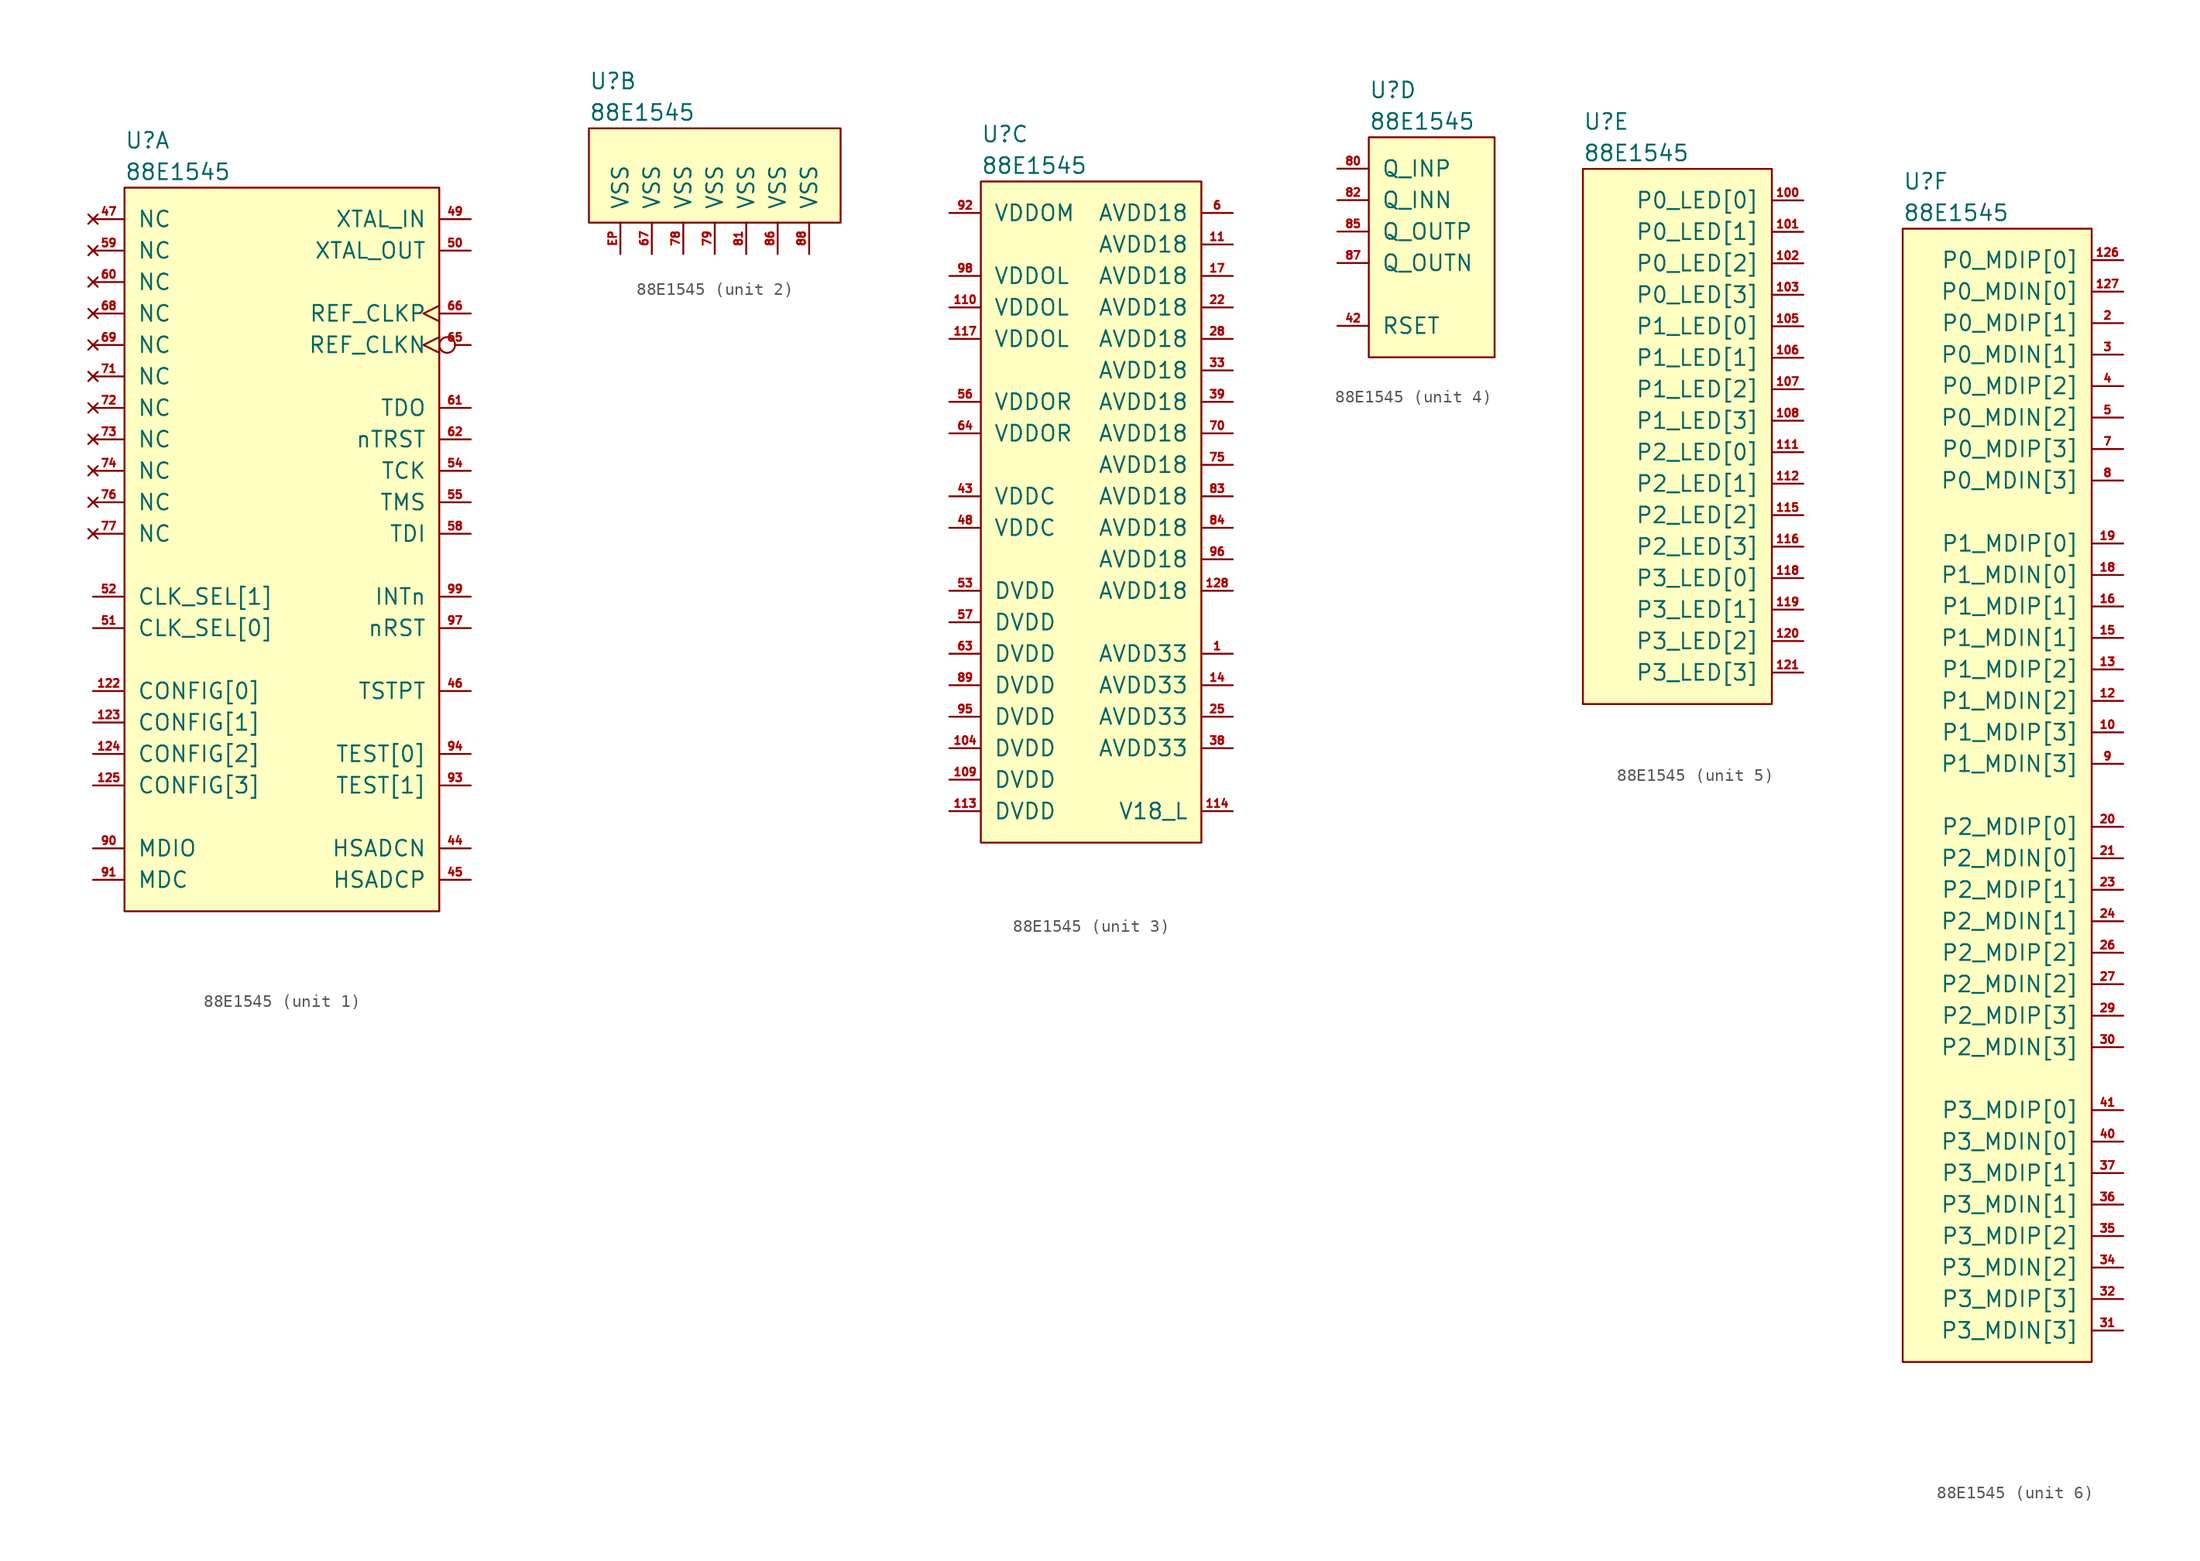
<source format=kicad_sym>
(kicad_symbol_lib
  (version 20211014)
  (generator kicad_symbol_editor)
  (symbol "88E1545"
    (pin_names
      (offset 1.016))
    (property "Reference" "U"
      (at 0 3.81 0)
      (effects (font (size 1.27 1.27)) (justify left)))
    (property "Value" "88E1545"
      (at 0 1.27 0)
      (effects (font (size 1.27 1.27)) (justify left)))
    (property "ki_locked" ""
      (at 0 0 0)
      (effects (font (size 1.27 1.27))))
    (symbol "88E1545_1_1"
      (rectangle (start 0 0) (end 25.4 -58.42) (stroke (width 0) (type default) (color 0 0 0 0)) (fill (type background)))
      (pin input line (at -2.54 -40.64 0) (length 2.54) (name "CONFIG[0]" (effects (font (size 1.27 1.27)))) (number "122" (effects (font (size 0.635 0.635)))))
      (pin input line (at -2.54 -43.18 0) (length 2.54) (name "CONFIG[1]" (effects (font (size 1.27 1.27)))) (number "123" (effects (font (size 0.635 0.635)))))
      (pin input line (at -2.54 -45.72 0) (length 2.54) (name "CONFIG[2]" (effects (font (size 1.27 1.27)))) (number "124" (effects (font (size 0.635 0.635)))))
      (pin input line (at -2.54 -48.26 0) (length 2.54) (name "CONFIG[3]" (effects (font (size 1.27 1.27)))) (number "125" (effects (font (size 0.635 0.635)))))
      (pin output line (at 27.94 -53.34 180) (length 2.54) (name "HSADCN" (effects (font (size 1.27 1.27)))) (number "44" (effects (font (size 0.635 0.635)))))
      (pin output line (at 27.94 -55.88 180) (length 2.54) (name "HSADCP" (effects (font (size 1.27 1.27)))) (number "45" (effects (font (size 0.635 0.635)))))
      (pin output line (at 27.94 -40.64 180) (length 2.54) (name "TSTPT" (effects (font (size 1.27 1.27)))) (number "46" (effects (font (size 0.635 0.635)))))
      (pin no_connect line (at -2.54 -2.54 0) (length 2.54) (name "NC" (effects (font (size 1.27 1.27)))) (number "47" (effects (font (size 0.635 0.635)))))
      (pin input line (at 27.94 -2.54 180) (length 2.54) (name "XTAL_IN" (effects (font (size 1.27 1.27)))) (number "49" (effects (font (size 0.635 0.635)))))
      (pin output line (at 27.94 -5.08 180) (length 2.54) (name "XTAL_OUT" (effects (font (size 1.27 1.27)))) (number "50" (effects (font (size 0.635 0.635)))))
      (pin input line (at -2.54 -35.56 0) (length 2.54) (name "CLK_SEL[0]" (effects (font (size 1.27 1.27)))) (number "51" (effects (font (size 0.635 0.635)))))
      (pin input line (at -2.54 -33.02 0) (length 2.54) (name "CLK_SEL[1]" (effects (font (size 1.27 1.27)))) (number "52" (effects (font (size 0.635 0.635)))))
      (pin input line (at 27.94 -22.86 180) (length 2.54) (name "TCK" (effects (font (size 1.27 1.27)))) (number "54" (effects (font (size 0.635 0.635)))))
      (pin input line (at 27.94 -25.4 180) (length 2.54) (name "TMS" (effects (font (size 1.27 1.27)))) (number "55" (effects (font (size 0.635 0.635)))))
      (pin input line (at 27.94 -27.94 180) (length 2.54) (name "TDI" (effects (font (size 1.27 1.27)))) (number "58" (effects (font (size 0.635 0.635)))))
      (pin no_connect line (at -2.54 -5.08 0) (length 2.54) (name "NC" (effects (font (size 1.27 1.27)))) (number "59" (effects (font (size 0.635 0.635)))))
      (pin no_connect line (at -2.54 -7.62 0) (length 2.54) (name "NC" (effects (font (size 1.27 1.27)))) (number "60" (effects (font (size 0.635 0.635)))))
      (pin output line (at 27.94 -17.78 180) (length 2.54) (name "TDO" (effects (font (size 1.27 1.27)))) (number "61" (effects (font (size 0.635 0.635)))))
      (pin input line (at 27.94 -20.32 180) (length 2.54) (name "nTRST" (effects (font (size 1.27 1.27)))) (number "62" (effects (font (size 0.635 0.635)))))
      (pin input inverted_clock (at 27.94 -12.7 180) (length 2.54) (name "REF_CLKN" (effects (font (size 1.27 1.27)))) (number "65" (effects (font (size 0.635 0.635)))))
      (pin input clock (at 27.94 -10.16 180) (length 2.54) (name "REF_CLKP" (effects (font (size 1.27 1.27)))) (number "66" (effects (font (size 0.635 0.635)))))
      (pin no_connect line (at -2.54 -10.16 0) (length 2.54) (name "NC" (effects (font (size 1.27 1.27)))) (number "68" (effects (font (size 0.635 0.635)))))
      (pin no_connect line (at -2.54 -12.7 0) (length 2.54) (name "NC" (effects (font (size 1.27 1.27)))) (number "69" (effects (font (size 0.635 0.635)))))
      (pin no_connect line (at -2.54 -15.24 0) (length 2.54) (name "NC" (effects (font (size 1.27 1.27)))) (number "71" (effects (font (size 0.635 0.635)))))
      (pin no_connect line (at -2.54 -17.78 0) (length 2.54) (name "NC" (effects (font (size 1.27 1.27)))) (number "72" (effects (font (size 0.635 0.635)))))
      (pin no_connect line (at -2.54 -20.32 0) (length 2.54) (name "NC" (effects (font (size 1.27 1.27)))) (number "73" (effects (font (size 0.635 0.635)))))
      (pin no_connect line (at -2.54 -22.86 0) (length 2.54) (name "NC" (effects (font (size 1.27 1.27)))) (number "74" (effects (font (size 0.635 0.635)))))
      (pin no_connect line (at -2.54 -25.4 0) (length 2.54) (name "NC" (effects (font (size 1.27 1.27)))) (number "76" (effects (font (size 0.635 0.635)))))
      (pin no_connect line (at -2.54 -27.94 0) (length 2.54) (name "NC" (effects (font (size 1.27 1.27)))) (number "77" (effects (font (size 0.635 0.635)))))
      (pin bidirectional line (at -2.54 -53.34 0) (length 2.54) (name "MDIO" (effects (font (size 1.27 1.27)))) (number "90" (effects (font (size 0.635 0.635)))))
      (pin input line (at -2.54 -55.88 0) (length 2.54) (name "MDC" (effects (font (size 1.27 1.27)))) (number "91" (effects (font (size 0.635 0.635)))))
      (pin input line (at 27.94 -48.26 180) (length 2.54) (name "TEST[1]" (effects (font (size 1.27 1.27)))) (number "93" (effects (font (size 0.635 0.635)))))
      (pin input line (at 27.94 -45.72 180) (length 2.54) (name "TEST[0]" (effects (font (size 1.27 1.27)))) (number "94" (effects (font (size 0.635 0.635)))))
      (pin input line (at 27.94 -35.56 180) (length 2.54) (name "nRST" (effects (font (size 1.27 1.27)))) (number "97" (effects (font (size 0.635 0.635)))))
      (pin output line (at 27.94 -33.02 180) (length 2.54) (name "INTn" (effects (font (size 1.27 1.27)))) (number "99" (effects (font (size 0.635 0.635))))))
    (symbol "88E1545_2_1"
      (rectangle (start 0 0) (end 20.32 -7.62) (stroke (width 0) (type default) (color 0 0 0 0)) (fill (type background)))
      (pin power_in line (at 5.08 -10.16 90) (length 2.54) (name "VSS" (effects (font (size 1.27 1.27)))) (number "67" (effects (font (size 0.635 0.635)))))
      (pin power_in line (at 7.62 -10.16 90) (length 2.54) (name "VSS" (effects (font (size 1.27 1.27)))) (number "78" (effects (font (size 0.635 0.635)))))
      (pin power_in line (at 10.16 -10.16 90) (length 2.54) (name "VSS" (effects (font (size 1.27 1.27)))) (number "79" (effects (font (size 0.635 0.635)))))
      (pin power_in line (at 12.7 -10.16 90) (length 2.54) (name "VSS" (effects (font (size 1.27 1.27)))) (number "81" (effects (font (size 0.635 0.635)))))
      (pin power_in line (at 15.24 -10.16 90) (length 2.54) (name "VSS" (effects (font (size 1.27 1.27)))) (number "86" (effects (font (size 0.635 0.635)))))
      (pin power_in line (at 17.78 -10.16 90) (length 2.54) (name "VSS" (effects (font (size 1.27 1.27)))) (number "88" (effects (font (size 0.635 0.635)))))
      (pin power_in line (at 2.54 -10.16 90) (length 2.54) (name "VSS" (effects (font (size 1.27 1.27)))) (number "EP" (effects (font (size 0.635 0.635))))))
    (symbol "88E1545_3_1"
      (rectangle (start 0 0) (end 17.78 -53.34) (stroke (width 0) (type default) (color 0 0 0 0)) (fill (type background)))
      (pin power_in line (at 20.32 -38.1 180) (length 2.54) (name "AVDD33" (effects (font (size 1.27 1.27)))) (number "1" (effects (font (size 0.635 0.635)))))
      (pin power_in line (at -2.54 -45.72 0) (length 2.54) (name "DVDD" (effects (font (size 1.27 1.27)))) (number "104" (effects (font (size 0.635 0.635)))))
      (pin power_in line (at -2.54 -48.26 0) (length 2.54) (name "DVDD" (effects (font (size 1.27 1.27)))) (number "109" (effects (font (size 0.635 0.635)))))
      (pin power_in line (at 20.32 -5.08 180) (length 2.54) (name "AVDD18" (effects (font (size 1.27 1.27)))) (number "11" (effects (font (size 0.635 0.635)))))
      (pin power_in line (at -2.54 -10.16 0) (length 2.54) (name "VDDOL" (effects (font (size 1.27 1.27)))) (number "110" (effects (font (size 0.635 0.635)))))
      (pin power_in line (at -2.54 -50.8 0) (length 2.54) (name "DVDD" (effects (font (size 1.27 1.27)))) (number "113" (effects (font (size 0.635 0.635)))))
      (pin input line (at 20.32 -50.8 180) (length 2.54) (name "V18_L" (effects (font (size 1.27 1.27)))) (number "114" (effects (font (size 0.635 0.635)))))
      (pin power_in line (at -2.54 -12.7 0) (length 2.54) (name "VDDOL" (effects (font (size 1.27 1.27)))) (number "117" (effects (font (size 0.635 0.635)))))
      (pin power_in line (at 20.32 -33.02 180) (length 2.54) (name "AVDD18" (effects (font (size 1.27 1.27)))) (number "128" (effects (font (size 0.635 0.635)))))
      (pin power_in line (at 20.32 -40.64 180) (length 2.54) (name "AVDD33" (effects (font (size 1.27 1.27)))) (number "14" (effects (font (size 0.635 0.635)))))
      (pin power_in line (at 20.32 -7.62 180) (length 2.54) (name "AVDD18" (effects (font (size 1.27 1.27)))) (number "17" (effects (font (size 0.635 0.635)))))
      (pin power_in line (at 20.32 -10.16 180) (length 2.54) (name "AVDD18" (effects (font (size 1.27 1.27)))) (number "22" (effects (font (size 0.635 0.635)))))
      (pin power_in line (at 20.32 -43.18 180) (length 2.54) (name "AVDD33" (effects (font (size 1.27 1.27)))) (number "25" (effects (font (size 0.635 0.635)))))
      (pin power_in line (at 20.32 -12.7 180) (length 2.54) (name "AVDD18" (effects (font (size 1.27 1.27)))) (number "28" (effects (font (size 0.635 0.635)))))
      (pin power_in line (at 20.32 -15.24 180) (length 2.54) (name "AVDD18" (effects (font (size 1.27 1.27)))) (number "33" (effects (font (size 0.635 0.635)))))
      (pin power_in line (at 20.32 -45.72 180) (length 2.54) (name "AVDD33" (effects (font (size 1.27 1.27)))) (number "38" (effects (font (size 0.635 0.635)))))
      (pin power_in line (at 20.32 -17.78 180) (length 2.54) (name "AVDD18" (effects (font (size 1.27 1.27)))) (number "39" (effects (font (size 0.635 0.635)))))
      (pin power_in line (at -2.54 -25.4 0) (length 2.54) (name "VDDC" (effects (font (size 1.27 1.27)))) (number "43" (effects (font (size 0.635 0.635)))))
      (pin power_in line (at -2.54 -27.94 0) (length 2.54) (name "VDDC" (effects (font (size 1.27 1.27)))) (number "48" (effects (font (size 0.635 0.635)))))
      (pin power_in line (at -2.54 -33.02 0) (length 2.54) (name "DVDD" (effects (font (size 1.27 1.27)))) (number "53" (effects (font (size 0.635 0.635)))))
      (pin power_in line (at -2.54 -17.78 0) (length 2.54) (name "VDDOR" (effects (font (size 1.27 1.27)))) (number "56" (effects (font (size 0.635 0.635)))))
      (pin power_in line (at -2.54 -35.56 0) (length 2.54) (name "DVDD" (effects (font (size 1.27 1.27)))) (number "57" (effects (font (size 0.635 0.635)))))
      (pin power_in line (at 20.32 -2.54 180) (length 2.54) (name "AVDD18" (effects (font (size 1.27 1.27)))) (number "6" (effects (font (size 0.635 0.635)))))
      (pin power_in line (at -2.54 -38.1 0) (length 2.54) (name "DVDD" (effects (font (size 1.27 1.27)))) (number "63" (effects (font (size 0.635 0.635)))))
      (pin power_in line (at -2.54 -20.32 0) (length 2.54) (name "VDDOR" (effects (font (size 1.27 1.27)))) (number "64" (effects (font (size 0.635 0.635)))))
      (pin power_in line (at 20.32 -20.32 180) (length 2.54) (name "AVDD18" (effects (font (size 1.27 1.27)))) (number "70" (effects (font (size 0.635 0.635)))))
      (pin power_in line (at 20.32 -22.86 180) (length 2.54) (name "AVDD18" (effects (font (size 1.27 1.27)))) (number "75" (effects (font (size 0.635 0.635)))))
      (pin power_in line (at 20.32 -25.4 180) (length 2.54) (name "AVDD18" (effects (font (size 1.27 1.27)))) (number "83" (effects (font (size 0.635 0.635)))))
      (pin power_in line (at 20.32 -27.94 180) (length 2.54) (name "AVDD18" (effects (font (size 1.27 1.27)))) (number "84" (effects (font (size 0.635 0.635)))))
      (pin power_in line (at -2.54 -40.64 0) (length 2.54) (name "DVDD" (effects (font (size 1.27 1.27)))) (number "89" (effects (font (size 0.635 0.635)))))
      (pin power_in line (at -2.54 -2.54 0) (length 2.54) (name "VDDOM" (effects (font (size 1.27 1.27)))) (number "92" (effects (font (size 0.635 0.635)))))
      (pin power_in line (at -2.54 -43.18 0) (length 2.54) (name "DVDD" (effects (font (size 1.27 1.27)))) (number "95" (effects (font (size 0.635 0.635)))))
      (pin power_in line (at 20.32 -30.48 180) (length 2.54) (name "AVDD18" (effects (font (size 1.27 1.27)))) (number "96" (effects (font (size 0.635 0.635)))))
      (pin power_in line (at -2.54 -7.62 0) (length 2.54) (name "VDDOL" (effects (font (size 1.27 1.27)))) (number "98" (effects (font (size 0.635 0.635))))))
    (symbol "88E1545_4_1"
      (rectangle (start 0 0) (end 10.16 -17.78) (stroke (width 0) (type default) (color 0 0 0 0)) (fill (type background)))
      (pin input line (at -2.54 -15.24 0) (length 2.54) (name "RSET" (effects (font (size 1.27 1.27)))) (number "42" (effects (font (size 0.635 0.635)))))
      (pin input line (at -2.54 -2.54 0) (length 2.54) (name "Q_INP" (effects (font (size 1.27 1.27)))) (number "80" (effects (font (size 0.635 0.635)))))
      (pin input line (at -2.54 -5.08 0) (length 2.54) (name "Q_INN" (effects (font (size 1.27 1.27)))) (number "82" (effects (font (size 0.635 0.635)))))
      (pin output line (at -2.54 -7.62 0) (length 2.54) (name "Q_OUTP" (effects (font (size 1.27 1.27)))) (number "85" (effects (font (size 0.635 0.635)))))
      (pin output line (at -2.54 -10.16 0) (length 2.54) (name "Q_OUTN" (effects (font (size 1.27 1.27)))) (number "87" (effects (font (size 0.635 0.635))))))
    (symbol "88E1545_5_1"
      (rectangle (start 0 0) (end 15.24 -43.18) (stroke (width 0) (type default) (color 0 0 0 0)) (fill (type background)))
      (pin output line (at 17.78 -2.54 180) (length 2.54) (name "P0_LED[0]" (effects (font (size 1.27 1.27)))) (number "100" (effects (font (size 0.635 0.635)))))
      (pin output line (at 17.78 -5.08 180) (length 2.54) (name "P0_LED[1]" (effects (font (size 1.27 1.27)))) (number "101" (effects (font (size 0.635 0.635)))))
      (pin output line (at 17.78 -7.62 180) (length 2.54) (name "P0_LED[2]" (effects (font (size 1.27 1.27)))) (number "102" (effects (font (size 0.635 0.635)))))
      (pin output line (at 17.78 -10.16 180) (length 2.54) (name "P0_LED[3]" (effects (font (size 1.27 1.27)))) (number "103" (effects (font (size 0.635 0.635)))))
      (pin output line (at 17.78 -12.7 180) (length 2.54) (name "P1_LED[0]" (effects (font (size 1.27 1.27)))) (number "105" (effects (font (size 0.635 0.635)))))
      (pin output line (at 17.78 -15.24 180) (length 2.54) (name "P1_LED[1]" (effects (font (size 1.27 1.27)))) (number "106" (effects (font (size 0.635 0.635)))))
      (pin output line (at 17.78 -17.78 180) (length 2.54) (name "P1_LED[2]" (effects (font (size 1.27 1.27)))) (number "107" (effects (font (size 0.635 0.635)))))
      (pin output line (at 17.78 -20.32 180) (length 2.54) (name "P1_LED[3]" (effects (font (size 1.27 1.27)))) (number "108" (effects (font (size 0.635 0.635)))))
      (pin output line (at 17.78 -22.86 180) (length 2.54) (name "P2_LED[0]" (effects (font (size 1.27 1.27)))) (number "111" (effects (font (size 0.635 0.635)))))
      (pin output line (at 17.78 -25.4 180) (length 2.54) (name "P2_LED[1]" (effects (font (size 1.27 1.27)))) (number "112" (effects (font (size 0.635 0.635)))))
      (pin output line (at 17.78 -27.94 180) (length 2.54) (name "P2_LED[2]" (effects (font (size 1.27 1.27)))) (number "115" (effects (font (size 0.635 0.635)))))
      (pin output line (at 17.78 -30.48 180) (length 2.54) (name "P2_LED[3]" (effects (font (size 1.27 1.27)))) (number "116" (effects (font (size 0.635 0.635)))))
      (pin output line (at 17.78 -33.02 180) (length 2.54) (name "P3_LED[0]" (effects (font (size 1.27 1.27)))) (number "118" (effects (font (size 0.635 0.635)))))
      (pin output line (at 17.78 -35.56 180) (length 2.54) (name "P3_LED[1]" (effects (font (size 1.27 1.27)))) (number "119" (effects (font (size 0.635 0.635)))))
      (pin output line (at 17.78 -38.1 180) (length 2.54) (name "P3_LED[2]" (effects (font (size 1.27 1.27)))) (number "120" (effects (font (size 0.635 0.635)))))
      (pin output line (at 17.78 -40.64 180) (length 2.54) (name "P3_LED[3]" (effects (font (size 1.27 1.27)))) (number "121" (effects (font (size 0.635 0.635))))))
    (symbol "88E1545_6_1"
      (rectangle (start 0 0) (end 15.24 -91.44) (stroke (width 0) (type default) (color 0 0 0 0)) (fill (type background)))
      (pin bidirectional line (at 17.78 -40.64 180) (length 2.54) (name "P1_MDIP[3]" (effects (font (size 1.27 1.27)))) (number "10" (effects (font (size 0.635 0.635)))))
      (pin bidirectional line (at 17.78 -38.1 180) (length 2.54) (name "P1_MDIN[2]" (effects (font (size 1.27 1.27)))) (number "12" (effects (font (size 0.635 0.635)))))
      (pin bidirectional line (at 17.78 -2.54 180) (length 2.54) (name "P0_MDIP[0]" (effects (font (size 1.27 1.27)))) (number "126" (effects (font (size 0.635 0.635)))))
      (pin bidirectional line (at 17.78 -5.08 180) (length 2.54) (name "P0_MDIN[0]" (effects (font (size 1.27 1.27)))) (number "127" (effects (font (size 0.635 0.635)))))
      (pin bidirectional line (at 17.78 -35.56 180) (length 2.54) (name "P1_MDIP[2]" (effects (font (size 1.27 1.27)))) (number "13" (effects (font (size 0.635 0.635)))))
      (pin bidirectional line (at 17.78 -33.02 180) (length 2.54) (name "P1_MDIN[1]" (effects (font (size 1.27 1.27)))) (number "15" (effects (font (size 0.635 0.635)))))
      (pin bidirectional line (at 17.78 -30.48 180) (length 2.54) (name "P1_MDIP[1]" (effects (font (size 1.27 1.27)))) (number "16" (effects (font (size 0.635 0.635)))))
      (pin bidirectional line (at 17.78 -27.94 180) (length 2.54) (name "P1_MDIN[0]" (effects (font (size 1.27 1.27)))) (number "18" (effects (font (size 0.635 0.635)))))
      (pin bidirectional line (at 17.78 -25.4 180) (length 2.54) (name "P1_MDIP[0]" (effects (font (size 1.27 1.27)))) (number "19" (effects (font (size 0.635 0.635)))))
      (pin bidirectional line (at 17.78 -7.62 180) (length 2.54) (name "P0_MDIP[1]" (effects (font (size 1.27 1.27)))) (number "2" (effects (font (size 0.635 0.635)))))
      (pin bidirectional line (at 17.78 -48.26 180) (length 2.54) (name "P2_MDIP[0]" (effects (font (size 1.27 1.27)))) (number "20" (effects (font (size 0.635 0.635)))))
      (pin bidirectional line (at 17.78 -50.8 180) (length 2.54) (name "P2_MDIN[0]" (effects (font (size 1.27 1.27)))) (number "21" (effects (font (size 0.635 0.635)))))
      (pin bidirectional line (at 17.78 -53.34 180) (length 2.54) (name "P2_MDIP[1]" (effects (font (size 1.27 1.27)))) (number "23" (effects (font (size 0.635 0.635)))))
      (pin bidirectional line (at 17.78 -55.88 180) (length 2.54) (name "P2_MDIN[1]" (effects (font (size 1.27 1.27)))) (number "24" (effects (font (size 0.635 0.635)))))
      (pin bidirectional line (at 17.78 -58.42 180) (length 2.54) (name "P2_MDIP[2]" (effects (font (size 1.27 1.27)))) (number "26" (effects (font (size 0.635 0.635)))))
      (pin bidirectional line (at 17.78 -60.96 180) (length 2.54) (name "P2_MDIN[2]" (effects (font (size 1.27 1.27)))) (number "27" (effects (font (size 0.635 0.635)))))
      (pin bidirectional line (at 17.78 -63.5 180) (length 2.54) (name "P2_MDIP[3]" (effects (font (size 1.27 1.27)))) (number "29" (effects (font (size 0.635 0.635)))))
      (pin bidirectional line (at 17.78 -10.16 180) (length 2.54) (name "P0_MDIN[1]" (effects (font (size 1.27 1.27)))) (number "3" (effects (font (size 0.635 0.635)))))
      (pin bidirectional line (at 17.78 -66.04 180) (length 2.54) (name "P2_MDIN[3]" (effects (font (size 1.27 1.27)))) (number "30" (effects (font (size 0.635 0.635)))))
      (pin bidirectional line (at 17.78 -88.9 180) (length 2.54) (name "P3_MDIN[3]" (effects (font (size 1.27 1.27)))) (number "31" (effects (font (size 0.635 0.635)))))
      (pin bidirectional line (at 17.78 -86.36 180) (length 2.54) (name "P3_MDIP[3]" (effects (font (size 1.27 1.27)))) (number "32" (effects (font (size 0.635 0.635)))))
      (pin bidirectional line (at 17.78 -83.82 180) (length 2.54) (name "P3_MDIN[2]" (effects (font (size 1.27 1.27)))) (number "34" (effects (font (size 0.635 0.635)))))
      (pin bidirectional line (at 17.78 -81.28 180) (length 2.54) (name "P3_MDIP[2]" (effects (font (size 1.27 1.27)))) (number "35" (effects (font (size 0.635 0.635)))))
      (pin bidirectional line (at 17.78 -78.74 180) (length 2.54) (name "P3_MDIN[1]" (effects (font (size 1.27 1.27)))) (number "36" (effects (font (size 0.635 0.635)))))
      (pin bidirectional line (at 17.78 -76.2 180) (length 2.54) (name "P3_MDIP[1]" (effects (font (size 1.27 1.27)))) (number "37" (effects (font (size 0.635 0.635)))))
      (pin bidirectional line (at 17.78 -12.7 180) (length 2.54) (name "P0_MDIP[2]" (effects (font (size 1.27 1.27)))) (number "4" (effects (font (size 0.635 0.635)))))
      (pin bidirectional line (at 17.78 -73.66 180) (length 2.54) (name "P3_MDIN[0]" (effects (font (size 1.27 1.27)))) (number "40" (effects (font (size 0.635 0.635)))))
      (pin bidirectional line (at 17.78 -71.12 180) (length 2.54) (name "P3_MDIP[0]" (effects (font (size 1.27 1.27)))) (number "41" (effects (font (size 0.635 0.635)))))
      (pin bidirectional line (at 17.78 -15.24 180) (length 2.54) (name "P0_MDIN[2]" (effects (font (size 1.27 1.27)))) (number "5" (effects (font (size 0.635 0.635)))))
      (pin bidirectional line (at 17.78 -17.78 180) (length 2.54) (name "P0_MDIP[3]" (effects (font (size 1.27 1.27)))) (number "7" (effects (font (size 0.635 0.635)))))
      (pin bidirectional line (at 17.78 -20.32 180) (length 2.54) (name "P0_MDIN[3]" (effects (font (size 1.27 1.27)))) (number "8" (effects (font (size 0.635 0.635)))))
      (pin bidirectional line (at 17.78 -43.18 180) (length 2.54) (name "P1_MDIN[3]" (effects (font (size 1.27 1.27)))) (number "9" (effects (font (size 0.635 0.635))))))))
</source>
